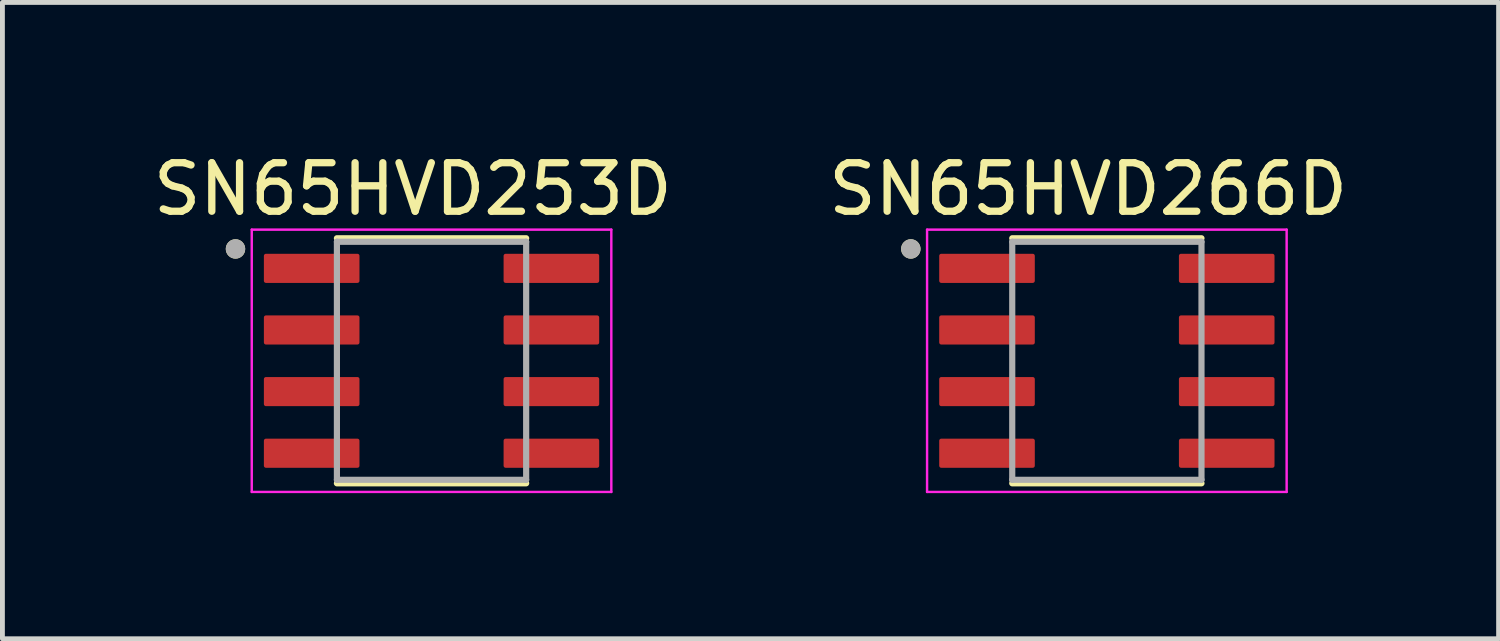
<source format=kicad_pcb>
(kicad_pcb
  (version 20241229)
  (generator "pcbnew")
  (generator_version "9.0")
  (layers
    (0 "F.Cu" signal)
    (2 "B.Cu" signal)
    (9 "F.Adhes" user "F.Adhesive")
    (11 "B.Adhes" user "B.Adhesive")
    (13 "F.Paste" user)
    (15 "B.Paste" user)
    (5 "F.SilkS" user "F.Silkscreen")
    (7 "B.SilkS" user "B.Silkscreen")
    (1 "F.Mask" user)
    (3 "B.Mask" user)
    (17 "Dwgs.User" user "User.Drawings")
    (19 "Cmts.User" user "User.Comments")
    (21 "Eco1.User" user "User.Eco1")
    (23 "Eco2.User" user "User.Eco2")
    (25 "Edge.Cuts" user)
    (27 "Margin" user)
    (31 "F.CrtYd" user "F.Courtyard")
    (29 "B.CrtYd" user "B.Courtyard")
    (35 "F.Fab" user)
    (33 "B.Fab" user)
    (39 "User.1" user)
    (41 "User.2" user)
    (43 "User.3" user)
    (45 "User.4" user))
  (footprint "SN65HVD253D"
    (layer "F.Cu")
    (at 5.843 4.385)
    (property "Reference" "SN65HVD253D" (at -0.385 -3.537 0) (layer "F.SilkS") (effects (font (size 1 1) (thickness 0.15))))
    (attr through_hole)
    (fp_line (start -1.95 -2.525) (end 1.95 -2.525) (stroke (width 0.127) (type solid)) (layer "F.SilkS"))
    (fp_line (start -1.95 2.525) (end 1.95 2.525) (stroke (width 0.127) (type solid)) (layer "F.SilkS"))
    (fp_circle (center -4.04 -2.305) (end -3.94 -2.305) (stroke (width 0.2) (type solid)) (fill no) (layer "F.SilkS"))
    (fp_line (start -3.705 -2.703) (end -3.705 2.703) (stroke (width 0.05) (type solid)) (layer "F.CrtYd"))
    (fp_line (start -3.705 -2.703) (end 3.705 -2.703) (stroke (width 0.05) (type solid)) (layer "F.CrtYd"))
    (fp_line (start -3.705 2.703) (end 3.705 2.703) (stroke (width 0.05) (type solid)) (layer "F.CrtYd"))
    (fp_line (start 3.705 -2.703) (end 3.705 2.703) (stroke (width 0.05) (type solid)) (layer "F.CrtYd"))
    (fp_line (start -1.95 -2.453) (end -1.95 2.453) (stroke (width 0.127) (type solid)) (layer "F.Fab"))
    (fp_line (start -1.95 -2.453) (end 1.95 -2.453) (stroke (width 0.127) (type solid)) (layer "F.Fab"))
    (fp_line (start -1.95 2.453) (end 1.95 2.453) (stroke (width 0.127) (type solid)) (layer "F.Fab"))
    (fp_line (start 1.95 -2.453) (end 1.95 2.453) (stroke (width 0.127) (type solid)) (layer "F.Fab"))
    (fp_circle (center -4.04 -2.305) (end -3.94 -2.305) (stroke (width 0.2) (type solid)) (fill no) (layer "F.Fab"))
    (pad "1" smd roundrect (at -2.47 -1.905) (size 1.97 0.6) (layers "F.Cu" "F.Mask" "F.Paste") (roundrect_rratio 0.07))
    (pad "2" smd roundrect (at -2.47 -0.635) (size 1.97 0.6) (layers "F.Cu" "F.Mask" "F.Paste") (roundrect_rratio 0.07))
    (pad "3" smd roundrect (at -2.47 0.635) (size 1.97 0.6) (layers "F.Cu" "F.Mask" "F.Paste") (roundrect_rratio 0.07))
    (pad "4" smd roundrect (at -2.47 1.905) (size 1.97 0.6) (layers "F.Cu" "F.Mask" "F.Paste") (roundrect_rratio 0.07))
    (pad "5" smd roundrect (at 2.47 1.905) (size 1.97 0.6) (layers "F.Cu" "F.Mask" "F.Paste") (roundrect_rratio 0.07))
    (pad "6" smd roundrect (at 2.47 0.635) (size 1.97 0.6) (layers "F.Cu" "F.Mask" "F.Paste") (roundrect_rratio 0.07))
    (pad "7" smd roundrect (at 2.47 -0.635) (size 1.97 0.6) (layers "F.Cu" "F.Mask" "F.Paste") (roundrect_rratio 0.07))
    (pad "8" smd roundrect (at 2.47 -1.905) (size 1.97 0.6) (layers "F.Cu" "F.Mask" "F.Paste") (roundrect_rratio 0.07)))
  (footprint "SN65HVD266D"
    (layer "F.Cu")
    (at 19.76 4.385)
    (property "Reference" "SN65HVD266D" (at -0.385 -3.537 0) (layer "F.SilkS") (effects (font (size 1 1) (thickness 0.15))))
    (attr through_hole)
    (fp_line (start -1.95 -2.525) (end 1.95 -2.525) (stroke (width 0.127) (type solid)) (layer "F.SilkS"))
    (fp_line (start -1.95 2.525) (end 1.95 2.525) (stroke (width 0.127) (type solid)) (layer "F.SilkS"))
    (fp_circle (center -4.04 -2.305) (end -3.94 -2.305) (stroke (width 0.2) (type solid)) (fill no) (layer "F.SilkS"))
    (fp_line (start -3.705 -2.703) (end -3.705 2.703) (stroke (width 0.05) (type solid)) (layer "F.CrtYd"))
    (fp_line (start -3.705 -2.703) (end 3.705 -2.703) (stroke (width 0.05) (type solid)) (layer "F.CrtYd"))
    (fp_line (start -3.705 2.703) (end 3.705 2.703) (stroke (width 0.05) (type solid)) (layer "F.CrtYd"))
    (fp_line (start 3.705 -2.703) (end 3.705 2.703) (stroke (width 0.05) (type solid)) (layer "F.CrtYd"))
    (fp_line (start -1.95 -2.453) (end -1.95 2.453) (stroke (width 0.127) (type solid)) (layer "F.Fab"))
    (fp_line (start -1.95 -2.453) (end 1.95 -2.453) (stroke (width 0.127) (type solid)) (layer "F.Fab"))
    (fp_line (start -1.95 2.453) (end 1.95 2.453) (stroke (width 0.127) (type solid)) (layer "F.Fab"))
    (fp_line (start 1.95 -2.453) (end 1.95 2.453) (stroke (width 0.127) (type solid)) (layer "F.Fab"))
    (fp_circle (center -4.04 -2.305) (end -3.94 -2.305) (stroke (width 0.2) (type solid)) (fill no) (layer "F.Fab"))
    (pad "1" smd roundrect (at -2.47 -1.905) (size 1.97 0.6) (layers "F.Cu" "F.Mask" "F.Paste") (roundrect_rratio 0.07))
    (pad "2" smd roundrect (at -2.47 -0.635) (size 1.97 0.6) (layers "F.Cu" "F.Mask" "F.Paste") (roundrect_rratio 0.07))
    (pad "3" smd roundrect (at -2.47 0.635) (size 1.97 0.6) (layers "F.Cu" "F.Mask" "F.Paste") (roundrect_rratio 0.07))
    (pad "4" smd roundrect (at -2.47 1.905) (size 1.97 0.6) (layers "F.Cu" "F.Mask" "F.Paste") (roundrect_rratio 0.07))
    (pad "5" smd roundrect (at 2.47 1.905) (size 1.97 0.6) (layers "F.Cu" "F.Mask" "F.Paste") (roundrect_rratio 0.07))
    (pad "6" smd roundrect (at 2.47 0.635) (size 1.97 0.6) (layers "F.Cu" "F.Mask" "F.Paste") (roundrect_rratio 0.07))
    (pad "7" smd roundrect (at 2.47 -0.635) (size 1.97 0.6) (layers "F.Cu" "F.Mask" "F.Paste") (roundrect_rratio 0.07))
    (pad "8" smd roundrect (at 2.47 -1.905) (size 1.97 0.6) (layers "F.Cu" "F.Mask" "F.Paste") (roundrect_rratio 0.07)))
  (gr_rect
    (start -3 -3)
    (end 27.833 10.113)
    (stroke (width 0.1) (type default))
    (fill no)
    (layer "Edge.Cuts")))
</source>
